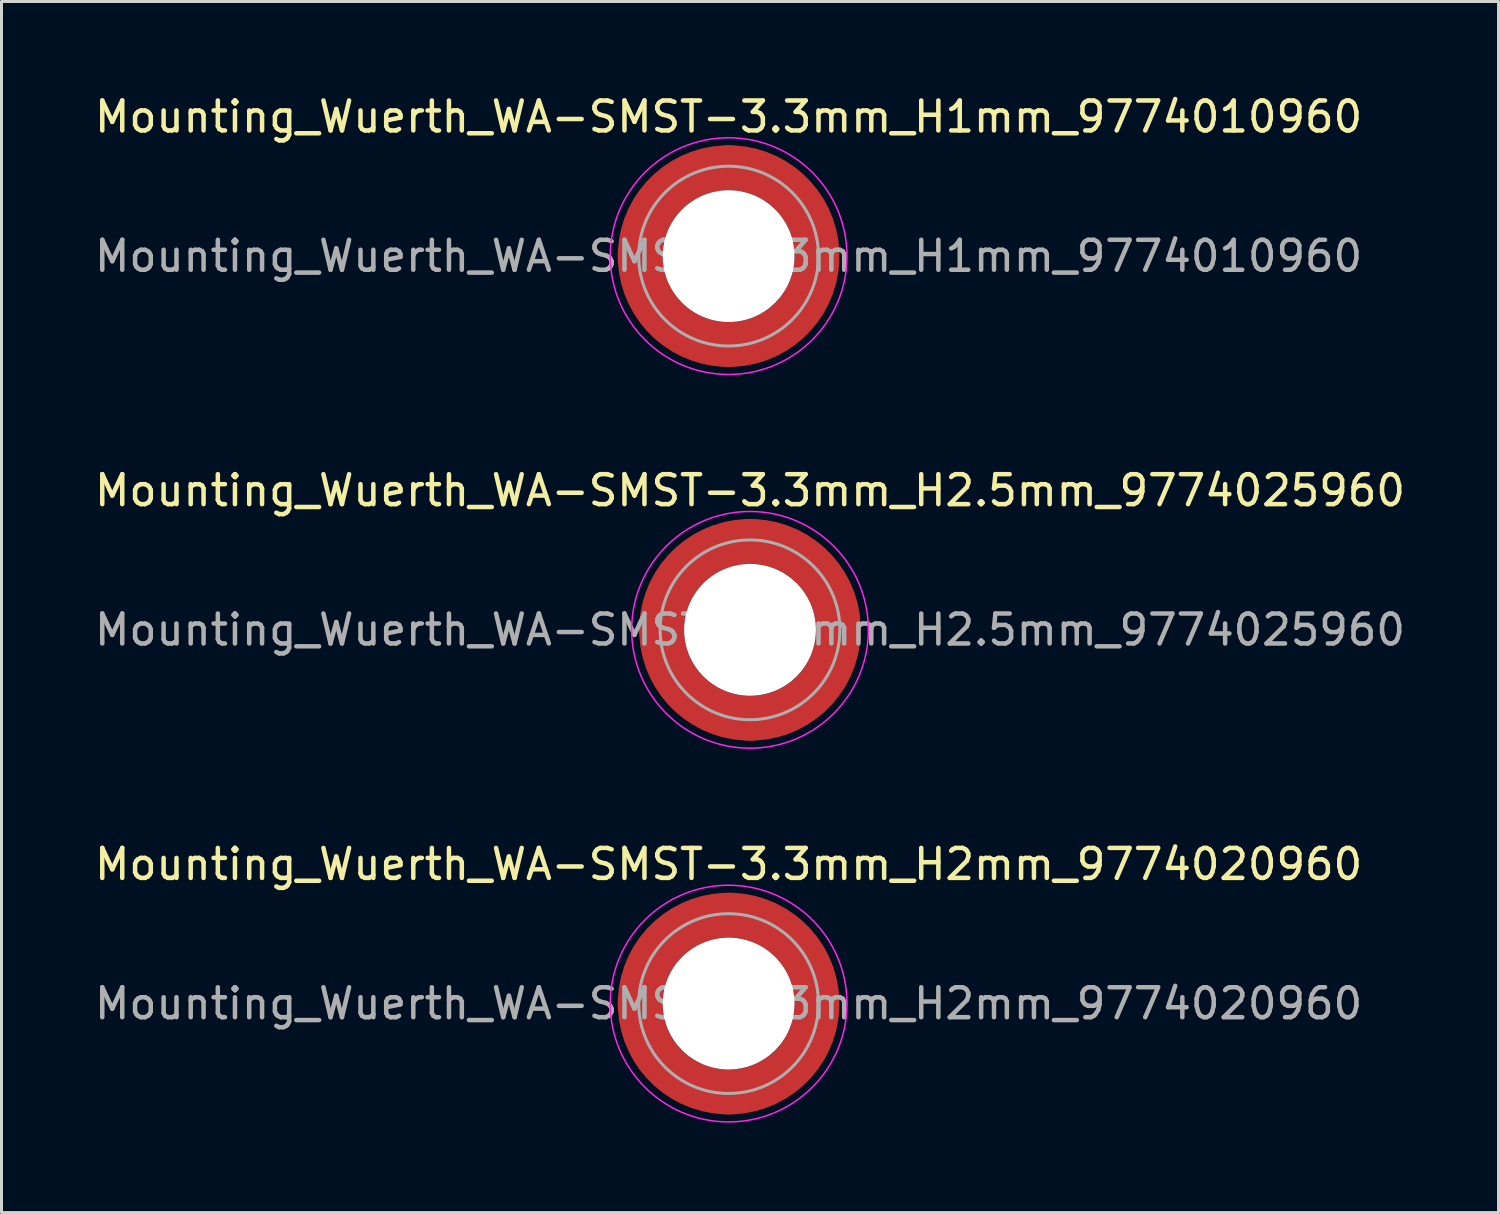
<source format=kicad_pcb>
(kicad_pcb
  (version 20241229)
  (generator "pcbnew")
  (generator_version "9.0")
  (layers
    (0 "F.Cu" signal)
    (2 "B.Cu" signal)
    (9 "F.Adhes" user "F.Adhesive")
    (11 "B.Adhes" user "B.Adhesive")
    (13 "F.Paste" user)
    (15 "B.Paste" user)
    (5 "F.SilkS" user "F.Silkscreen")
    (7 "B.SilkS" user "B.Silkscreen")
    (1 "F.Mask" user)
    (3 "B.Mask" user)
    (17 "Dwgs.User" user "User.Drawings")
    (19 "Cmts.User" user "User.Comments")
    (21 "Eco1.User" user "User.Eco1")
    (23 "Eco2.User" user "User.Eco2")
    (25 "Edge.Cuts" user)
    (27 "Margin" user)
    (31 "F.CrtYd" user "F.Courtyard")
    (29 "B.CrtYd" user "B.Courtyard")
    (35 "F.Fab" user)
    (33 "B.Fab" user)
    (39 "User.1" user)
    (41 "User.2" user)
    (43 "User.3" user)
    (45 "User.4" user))
  (footprint "Mounting_Wuerth_WA-SMST-3.3mm_H2mm_9774020960"
    (layer "F.Cu")
    (at 21.268 30.445)
    (property "Reference" "Mounting_Wuerth_WA-SMST-3.3mm_H2mm_9774020960" (at 0 -4.65 0) (layer "F.SilkS") (effects (font (size 1 1) (thickness 0.15))))
    (attr smd)
    (fp_circle (center 0 0) (end 3.95 0) (stroke (width 0.05) (type solid)) (fill no) (layer "F.CrtYd"))
    (fp_circle (center 0 0) (end 3 0) (stroke (width 0.1) (type solid)) (fill no) (layer "F.Fab"))
    (fp_text user "${REFERENCE}" (at 0 0 0) (layer "F.Fab") (effects (font (size 1 1) (thickness 0.15))))
    (pad "" smd custom (at -2.058 -2.058) (size 1.1 1.1) (layers "F.Paste") (options (anchor circle)) (primitives (gr_arc (start -0.524489 1.532681) (mid 0.194454 0.194454) (end 1.532681 -0.524489) (width 0.55)) (gr_arc (start -0.804569 1.532681) (mid 0 0) (end 1.532681 -0.804569) (width 0.55)) (gr_arc (start -1.083752 1.532681) (mid -0.194454 -0.194454) (end 1.532681 -1.083752) (width 0.55)) (gr_line (start 1.533 -0.524) (end 1.533 -1.084) (width 0.55)) (gr_line (start -0.524 1.533) (end -1.084 1.533) (width 0.55))))
    (pad "" smd custom (at -2.058 2.058) (size 1.1 1.1) (layers "F.Paste") (options (anchor circle)) (primitives (gr_arc (start 1.532681 0.524489) (mid 0.194454 -0.194454) (end -0.524489 -1.532681) (width 0.55)) (gr_arc (start 1.532681 0.804569) (mid 0 0) (end -0.804569 -1.532681) (width 0.55)) (gr_arc (start 1.532681 1.083752) (mid -0.194454 0.194454) (end -1.083752 -1.532681) (width 0.55)) (gr_line (start -0.524 -1.533) (end -1.084 -1.533) (width 0.55)) (gr_line (start 1.533 0.524) (end 1.533 1.084) (width 0.55))))
    (pad "" np_thru_hole circle (at 0 0) (size 4.4 4.4) (drill 4.4) (layers "*.Cu" "*.Mask"))
    (pad "" smd custom (at 2.058 -2.058) (size 1.1 1.1) (layers "F.Paste") (options (anchor circle)) (primitives (gr_arc (start -1.532681 -0.524489) (mid -0.194454 0.194454) (end 0.524489 1.532681) (width 0.55)) (gr_arc (start -1.532681 -0.804569) (mid 0 0) (end 0.804569 1.532681) (width 0.55)) (gr_arc (start -1.532681 -1.083752) (mid 0.194454 -0.194454) (end 1.083752 1.532681) (width 0.55)) (gr_line (start 0.524 1.533) (end 1.084 1.533) (width 0.55)) (gr_line (start -1.533 -0.524) (end -1.533 -1.084) (width 0.55))))
    (pad "" smd custom (at 2.058 2.058) (size 1.1 1.1) (layers "F.Paste") (options (anchor circle)) (primitives (gr_arc (start 0.524489 -1.532681) (mid -0.194454 -0.194454) (end -1.532681 0.524489) (width 0.55)) (gr_arc (start 0.804569 -1.532681) (mid 0 0) (end -1.532681 0.804569) (width 0.55)) (gr_arc (start 1.083752 -1.532681) (mid 0.194454 0.194454) (end -1.532681 1.083752) (width 0.55)) (gr_line (start -1.533 0.524) (end -1.533 1.084) (width 0.55)) (gr_line (start 0.524 -1.533) (end 1.084 -1.533) (width 0.55))))
    (pad "1" smd circle (at -2.95 0) (size 1.5 1.5) (layers "F.Cu"))
    (pad "1" smd circle (at 0 -2.95) (size 1.5 1.5) (layers "F.Cu"))
    (pad "1" smd circle (at 0 2.95) (size 1.5 1.5) (layers "F.Cu"))
    (pad "1" smd custom (at 2.95 0) (size 1.5 1.5) (layers "F.Cu" "F.Mask") (options (anchor circle)) (primitives (gr_circle (center -2.95 0) (end 0 0) (width 1.5) (fill no)))))
  (footprint "Mounting_Wuerth_WA-SMST-3.3mm_H2.5mm_9774025960"
    (layer "F.Cu")
    (at 21.982 17.971)
    (property "Reference" "Mounting_Wuerth_WA-SMST-3.3mm_H2.5mm_9774025960" (at 0 -4.65 0) (layer "F.SilkS") (effects (font (size 1 1) (thickness 0.15))))
    (attr smd)
    (fp_circle (center 0 0) (end 3.95 0) (stroke (width 0.05) (type solid)) (fill no) (layer "F.CrtYd"))
    (fp_circle (center 0 0) (end 3 0) (stroke (width 0.1) (type solid)) (fill no) (layer "F.Fab"))
    (fp_text user "${REFERENCE}" (at 0 0 0) (layer "F.Fab") (effects (font (size 1 1) (thickness 0.15))))
    (pad "" smd custom (at -2.058 -2.058) (size 1.1 1.1) (layers "F.Paste") (options (anchor circle)) (primitives (gr_arc (start -0.377294 1.707681) (mid 0.318198 0.318198) (end 1.707681 -0.377294) (width 0.2)) (gr_arc (start -0.478281 1.707681) (mid 0.247487 0.247487) (end 1.707681 -0.478281) (width 0.2)) (gr_arc (start -0.579192 1.707681) (mid 0.176777 0.176777) (end 1.707681 -0.579192) (width 0.2)) (gr_arc (start -0.680037 1.707681) (mid 0.106066 0.106066) (end 1.707681 -0.680037) (width 0.2)) (gr_arc (start -0.780822 1.707681) (mid 0.035356 0.035356) (end 1.707681 -0.780822) (width 0.2)) (gr_arc (start -0.881554 1.707681) (mid -0.035355 -0.035355) (end 1.707681 -0.881554) (width 0.2)) (gr_arc (start -0.982237 1.707681) (mid -0.106066 -0.106066) (end 1.707681 -0.982237) (width 0.2)) (gr_arc (start -1.082877 1.707681) (mid -0.176777 -0.176777) (end 1.707681 -1.082877) (width 0.2)) (gr_arc (start -1.183476 1.707681) (mid -0.247487 -0.247487) (end 1.707681 -1.183476) (width 0.2)) (gr_arc (start -1.28404 1.707681) (mid -0.318198 -0.318198) (end 1.707681 -1.28404) (width 0.2)) (gr_line (start 1.708 -0.377) (end 1.708 -1.284) (width 0.2)) (gr_line (start -0.377 1.708) (end -1.284 1.708) (width 0.2))))
    (pad "" smd custom (at -2.058 2.058) (size 1.1 1.1) (layers "F.Paste") (options (anchor circle)) (primitives (gr_arc (start 1.707681 0.377294) (mid 0.318198 -0.318198) (end -0.377294 -1.707681) (width 0.2)) (gr_arc (start 1.707681 0.478281) (mid 0.247487 -0.247487) (end -0.478281 -1.707681) (width 0.2)) (gr_arc (start 1.707681 0.579192) (mid 0.176777 -0.176777) (end -0.579192 -1.707681) (width 0.2)) (gr_arc (start 1.707681 0.680037) (mid 0.106066 -0.106066) (end -0.680037 -1.707681) (width 0.2)) (gr_arc (start 1.707681 0.780822) (mid 0.035356 -0.035356) (end -0.780822 -1.707681) (width 0.2)) (gr_arc (start 1.707681 0.881554) (mid -0.035355 0.035355) (end -0.881554 -1.707681) (width 0.2)) (gr_arc (start 1.707681 0.982237) (mid -0.106066 0.106066) (end -0.982237 -1.707681) (width 0.2)) (gr_arc (start 1.707681 1.082877) (mid -0.176777 0.176777) (end -1.082877 -1.707681) (width 0.2)) (gr_arc (start 1.707681 1.183476) (mid -0.247487 0.247487) (end -1.183476 -1.707681) (width 0.2)) (gr_arc (start 1.707681 1.28404) (mid -0.318198 0.318198) (end -1.28404 -1.707681) (width 0.2)) (gr_line (start -0.377 -1.708) (end -1.284 -1.708) (width 0.2)) (gr_line (start 1.708 0.377) (end 1.708 1.284) (width 0.2))))
    (pad "" np_thru_hole circle (at 0 0) (size 4.4 4.4) (drill 4.4) (layers "*.Cu" "*.Mask"))
    (pad "" smd custom (at 2.058 -2.058) (size 1.1 1.1) (layers "F.Paste") (options (anchor circle)) (primitives (gr_arc (start -1.707681 -0.377294) (mid -0.318198 0.318198) (end 0.377294 1.707681) (width 0.2)) (gr_arc (start -1.707681 -0.478281) (mid -0.247487 0.247487) (end 0.478281 1.707681) (width 0.2)) (gr_arc (start -1.707681 -0.579192) (mid -0.176777 0.176777) (end 0.579192 1.707681) (width 0.2)) (gr_arc (start -1.707681 -0.680037) (mid -0.106066 0.106066) (end 0.680037 1.707681) (width 0.2)) (gr_arc (start -1.707681 -0.780822) (mid -0.035356 0.035356) (end 0.780822 1.707681) (width 0.2)) (gr_arc (start -1.707681 -0.881554) (mid 0.035355 -0.035355) (end 0.881554 1.707681) (width 0.2)) (gr_arc (start -1.707681 -0.982237) (mid 0.106066 -0.106066) (end 0.982237 1.707681) (width 0.2)) (gr_arc (start -1.707681 -1.082877) (mid 0.176777 -0.176777) (end 1.082877 1.707681) (width 0.2)) (gr_arc (start -1.707681 -1.183476) (mid 0.247487 -0.247487) (end 1.183476 1.707681) (width 0.2)) (gr_arc (start -1.707681 -1.28404) (mid 0.318198 -0.318198) (end 1.28404 1.707681) (width 0.2)) (gr_line (start 0.377 1.708) (end 1.284 1.708) (width 0.2)) (gr_line (start -1.708 -0.377) (end -1.708 -1.284) (width 0.2))))
    (pad "" smd custom (at 2.058 2.058) (size 1.1 1.1) (layers "F.Paste") (options (anchor circle)) (primitives (gr_arc (start 0.377294 -1.707681) (mid -0.318198 -0.318198) (end -1.707681 0.377294) (width 0.2)) (gr_arc (start 0.478281 -1.707681) (mid -0.247487 -0.247487) (end -1.707681 0.478281) (width 0.2)) (gr_arc (start 0.579192 -1.707681) (mid -0.176777 -0.176777) (end -1.707681 0.579192) (width 0.2)) (gr_arc (start 0.680037 -1.707681) (mid -0.106066 -0.106066) (end -1.707681 0.680037) (width 0.2)) (gr_arc (start 0.780822 -1.707681) (mid -0.035356 -0.035356) (end -1.707681 0.780822) (width 0.2)) (gr_arc (start 0.881554 -1.707681) (mid 0.035355 0.035355) (end -1.707681 0.881554) (width 0.2)) (gr_arc (start 0.982237 -1.707681) (mid 0.106066 0.106066) (end -1.707681 0.982237) (width 0.2)) (gr_arc (start 1.082877 -1.707681) (mid 0.176777 0.176777) (end -1.707681 1.082877) (width 0.2)) (gr_arc (start 1.183476 -1.707681) (mid 0.247487 0.247487) (end -1.707681 1.183476) (width 0.2)) (gr_arc (start 1.28404 -1.707681) (mid 0.318198 0.318198) (end -1.707681 1.28404) (width 0.2)) (gr_line (start -1.708 0.377) (end -1.708 1.284) (width 0.2)) (gr_line (start 0.377 -1.708) (end 1.284 -1.708) (width 0.2))))
    (pad "1" smd circle (at -2.95 0) (size 1.5 1.5) (layers "F.Cu"))
    (pad "1" smd circle (at 0 -2.95) (size 1.5 1.5) (layers "F.Cu"))
    (pad "1" smd circle (at 0 2.95) (size 1.5 1.5) (layers "F.Cu"))
    (pad "1" smd custom (at 2.95 0) (size 1.5 1.5) (layers "F.Cu" "F.Mask") (options (anchor circle)) (primitives (gr_circle (center -2.95 0) (end 0 0) (width 1.5) (fill no)))))
  (footprint "Mounting_Wuerth_WA-SMST-3.3mm_H1mm_9774010960"
    (layer "F.Cu")
    (at 21.268 5.498)
    (property "Reference" "Mounting_Wuerth_WA-SMST-3.3mm_H1mm_9774010960" (at 0 -4.65 0) (layer "F.SilkS") (effects (font (size 1 1) (thickness 0.15))))
    (attr smd)
    (fp_circle (center 0 0) (end 3.95 0) (stroke (width 0.05) (type solid)) (fill no) (layer "F.CrtYd"))
    (fp_circle (center 0 0) (end 3 0) (stroke (width 0.1) (type solid)) (fill no) (layer "F.Fab"))
    (fp_text user "${REFERENCE}" (at 0 0 0) (layer "F.Fab") (effects (font (size 1 1) (thickness 0.15))))
    (pad "" smd custom (at -2.058 -2.058) (size 1.1 1.1) (layers "F.Paste") (options (anchor circle)) (primitives (gr_arc (start -0.377294 1.707681) (mid 0.318198 0.318198) (end 1.707681 -0.377294) (width 0.2)) (gr_arc (start -0.478281 1.707681) (mid 0.247487 0.247487) (end 1.707681 -0.478281) (width 0.2)) (gr_arc (start -0.579192 1.707681) (mid 0.176777 0.176777) (end 1.707681 -0.579192) (width 0.2)) (gr_arc (start -0.680037 1.707681) (mid 0.106066 0.106066) (end 1.707681 -0.680037) (width 0.2)) (gr_arc (start -0.780822 1.707681) (mid 0.035356 0.035356) (end 1.707681 -0.780822) (width 0.2)) (gr_arc (start -0.881554 1.707681) (mid -0.035355 -0.035355) (end 1.707681 -0.881554) (width 0.2)) (gr_arc (start -0.982237 1.707681) (mid -0.106066 -0.106066) (end 1.707681 -0.982237) (width 0.2)) (gr_arc (start -1.082877 1.707681) (mid -0.176777 -0.176777) (end 1.707681 -1.082877) (width 0.2)) (gr_arc (start -1.183476 1.707681) (mid -0.247487 -0.247487) (end 1.707681 -1.183476) (width 0.2)) (gr_arc (start -1.28404 1.707681) (mid -0.318198 -0.318198) (end 1.707681 -1.28404) (width 0.2)) (gr_line (start 1.708 -0.377) (end 1.708 -1.284) (width 0.2)) (gr_line (start -0.377 1.708) (end -1.284 1.708) (width 0.2))))
    (pad "" smd custom (at -2.058 2.058) (size 1.1 1.1) (layers "F.Paste") (options (anchor circle)) (primitives (gr_arc (start 1.707681 0.377294) (mid 0.318198 -0.318198) (end -0.377294 -1.707681) (width 0.2)) (gr_arc (start 1.707681 0.478281) (mid 0.247487 -0.247487) (end -0.478281 -1.707681) (width 0.2)) (gr_arc (start 1.707681 0.579192) (mid 0.176777 -0.176777) (end -0.579192 -1.707681) (width 0.2)) (gr_arc (start 1.707681 0.680037) (mid 0.106066 -0.106066) (end -0.680037 -1.707681) (width 0.2)) (gr_arc (start 1.707681 0.780822) (mid 0.035356 -0.035356) (end -0.780822 -1.707681) (width 0.2)) (gr_arc (start 1.707681 0.881554) (mid -0.035355 0.035355) (end -0.881554 -1.707681) (width 0.2)) (gr_arc (start 1.707681 0.982237) (mid -0.106066 0.106066) (end -0.982237 -1.707681) (width 0.2)) (gr_arc (start 1.707681 1.082877) (mid -0.176777 0.176777) (end -1.082877 -1.707681) (width 0.2)) (gr_arc (start 1.707681 1.183476) (mid -0.247487 0.247487) (end -1.183476 -1.707681) (width 0.2)) (gr_arc (start 1.707681 1.28404) (mid -0.318198 0.318198) (end -1.28404 -1.707681) (width 0.2)) (gr_line (start -0.377 -1.708) (end -1.284 -1.708) (width 0.2)) (gr_line (start 1.708 0.377) (end 1.708 1.284) (width 0.2))))
    (pad "" np_thru_hole circle (at 0 0) (size 4.4 4.4) (drill 4.4) (layers "*.Cu" "*.Mask"))
    (pad "" smd custom (at 2.058 -2.058) (size 1.1 1.1) (layers "F.Paste") (options (anchor circle)) (primitives (gr_arc (start -1.707681 -0.377294) (mid -0.318198 0.318198) (end 0.377294 1.707681) (width 0.2)) (gr_arc (start -1.707681 -0.478281) (mid -0.247487 0.247487) (end 0.478281 1.707681) (width 0.2)) (gr_arc (start -1.707681 -0.579192) (mid -0.176777 0.176777) (end 0.579192 1.707681) (width 0.2)) (gr_arc (start -1.707681 -0.680037) (mid -0.106066 0.106066) (end 0.680037 1.707681) (width 0.2)) (gr_arc (start -1.707681 -0.780822) (mid -0.035356 0.035356) (end 0.780822 1.707681) (width 0.2)) (gr_arc (start -1.707681 -0.881554) (mid 0.035355 -0.035355) (end 0.881554 1.707681) (width 0.2)) (gr_arc (start -1.707681 -0.982237) (mid 0.106066 -0.106066) (end 0.982237 1.707681) (width 0.2)) (gr_arc (start -1.707681 -1.082877) (mid 0.176777 -0.176777) (end 1.082877 1.707681) (width 0.2)) (gr_arc (start -1.707681 -1.183476) (mid 0.247487 -0.247487) (end 1.183476 1.707681) (width 0.2)) (gr_arc (start -1.707681 -1.28404) (mid 0.318198 -0.318198) (end 1.28404 1.707681) (width 0.2)) (gr_line (start 0.377 1.708) (end 1.284 1.708) (width 0.2)) (gr_line (start -1.708 -0.377) (end -1.708 -1.284) (width 0.2))))
    (pad "" smd custom (at 2.058 2.058) (size 1.1 1.1) (layers "F.Paste") (options (anchor circle)) (primitives (gr_arc (start 0.377294 -1.707681) (mid -0.318198 -0.318198) (end -1.707681 0.377294) (width 0.2)) (gr_arc (start 0.478281 -1.707681) (mid -0.247487 -0.247487) (end -1.707681 0.478281) (width 0.2)) (gr_arc (start 0.579192 -1.707681) (mid -0.176777 -0.176777) (end -1.707681 0.579192) (width 0.2)) (gr_arc (start 0.680037 -1.707681) (mid -0.106066 -0.106066) (end -1.707681 0.680037) (width 0.2)) (gr_arc (start 0.780822 -1.707681) (mid -0.035356 -0.035356) (end -1.707681 0.780822) (width 0.2)) (gr_arc (start 0.881554 -1.707681) (mid 0.035355 0.035355) (end -1.707681 0.881554) (width 0.2)) (gr_arc (start 0.982237 -1.707681) (mid 0.106066 0.106066) (end -1.707681 0.982237) (width 0.2)) (gr_arc (start 1.082877 -1.707681) (mid 0.176777 0.176777) (end -1.707681 1.082877) (width 0.2)) (gr_arc (start 1.183476 -1.707681) (mid 0.247487 0.247487) (end -1.707681 1.183476) (width 0.2)) (gr_arc (start 1.28404 -1.707681) (mid 0.318198 0.318198) (end -1.707681 1.28404) (width 0.2)) (gr_line (start -1.708 0.377) (end -1.708 1.284) (width 0.2)) (gr_line (start 0.377 -1.708) (end 1.284 -1.708) (width 0.2))))
    (pad "1" smd circle (at -2.95 0) (size 1.5 1.5) (layers "F.Cu"))
    (pad "1" smd circle (at 0 -2.95) (size 1.5 1.5) (layers "F.Cu"))
    (pad "1" smd circle (at 0 2.95) (size 1.5 1.5) (layers "F.Cu"))
    (pad "1" smd custom (at 2.95 0) (size 1.5 1.5) (layers "F.Cu" "F.Mask") (options (anchor circle)) (primitives (gr_circle (center -2.95 0) (end 0 0) (width 1.5) (fill no)))))
  (gr_rect
    (start -3 -3)
    (end 46.964 37.42)
    (stroke (width 0.1) (type default))
    (fill no)
    (layer "Edge.Cuts")))
</source>
